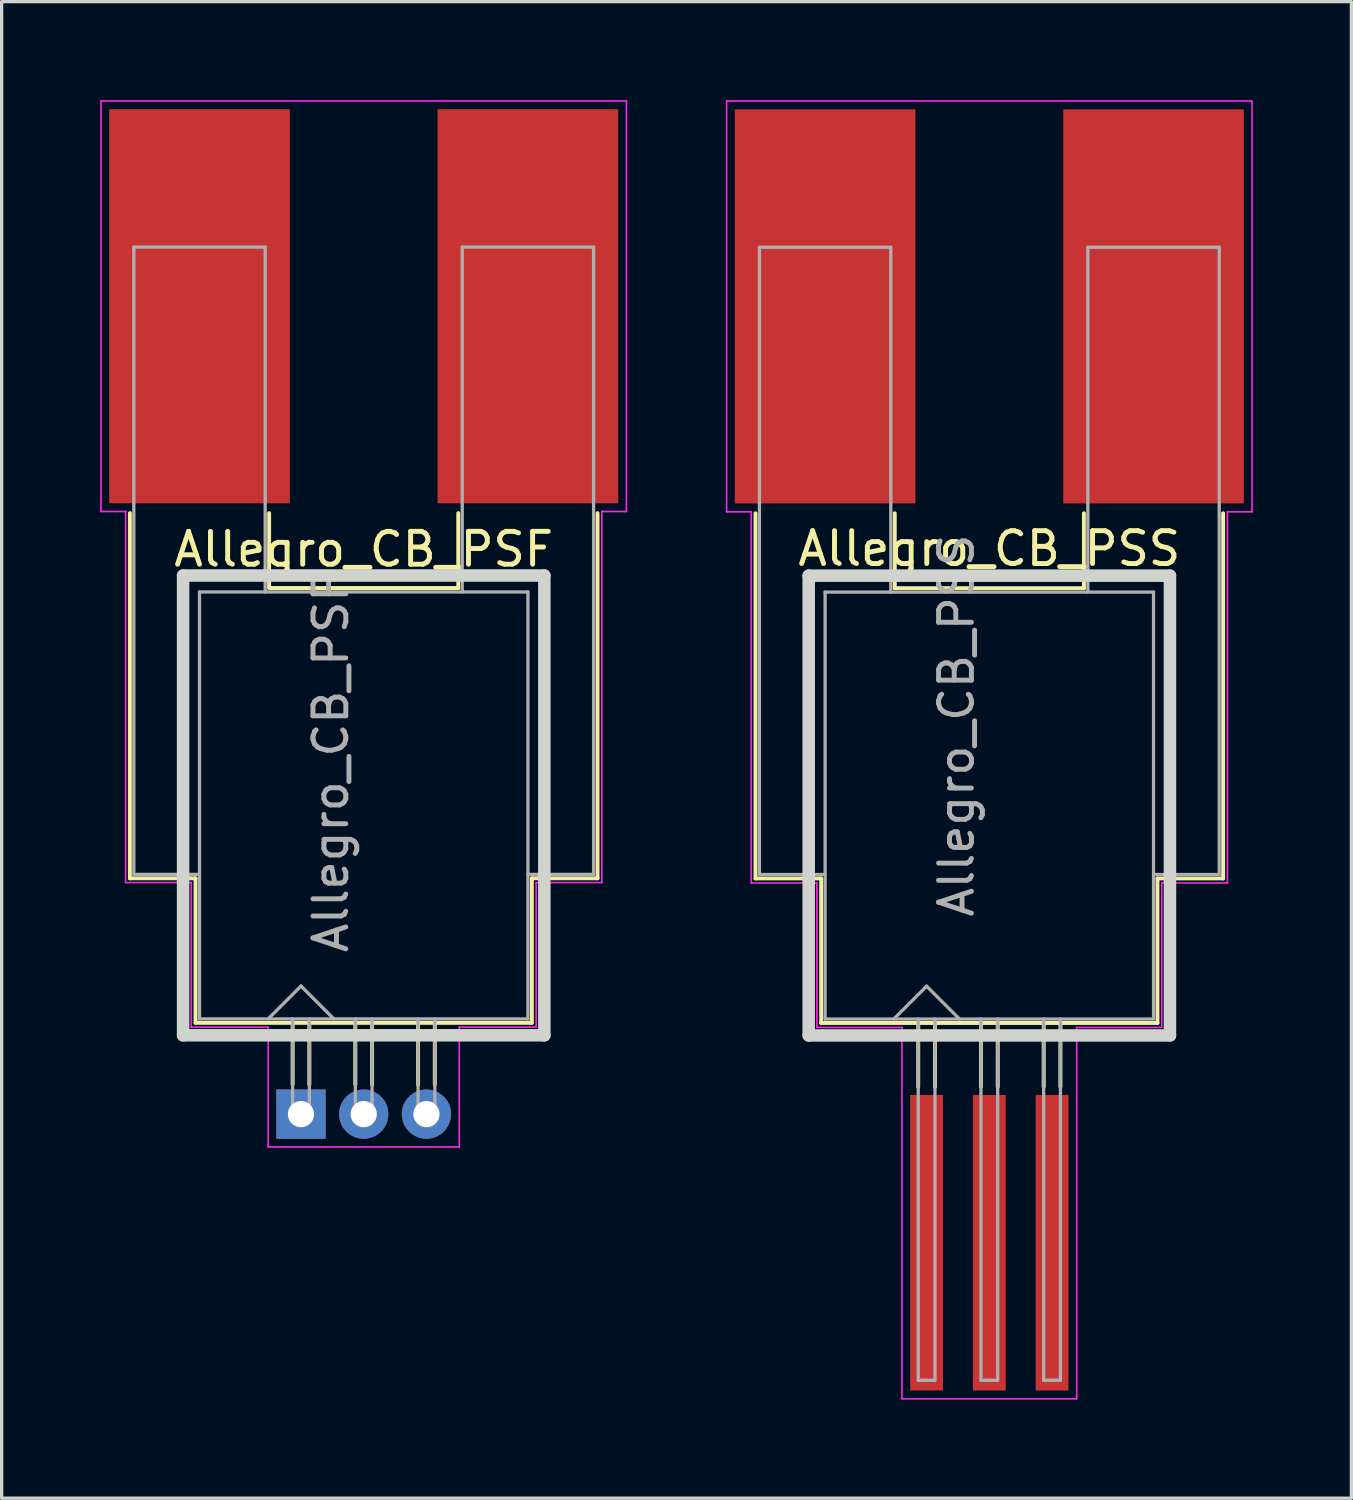
<source format=kicad_pcb>
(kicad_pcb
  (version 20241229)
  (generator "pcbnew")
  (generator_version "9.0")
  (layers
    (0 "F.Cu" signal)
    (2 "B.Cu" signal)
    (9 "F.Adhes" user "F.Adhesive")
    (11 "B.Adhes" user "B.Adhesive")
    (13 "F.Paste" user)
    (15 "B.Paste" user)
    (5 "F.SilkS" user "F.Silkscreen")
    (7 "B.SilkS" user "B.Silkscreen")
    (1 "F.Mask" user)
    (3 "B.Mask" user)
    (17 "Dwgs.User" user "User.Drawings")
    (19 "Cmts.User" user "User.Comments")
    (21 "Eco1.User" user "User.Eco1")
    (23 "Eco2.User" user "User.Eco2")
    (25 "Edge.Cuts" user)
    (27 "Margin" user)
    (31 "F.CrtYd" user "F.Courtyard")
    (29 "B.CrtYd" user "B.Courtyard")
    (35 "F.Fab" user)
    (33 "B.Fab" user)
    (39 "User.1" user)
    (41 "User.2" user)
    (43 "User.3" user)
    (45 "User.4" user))
  (footprint "Allegro_CB_PSF"
    (layer "F.Cu")
    (at 6.115 30.875)
    (property "Reference" "Allegro_CB_PSF" (at 1.91 -17.2 0) (layer "F.SilkS") (effects (font (size 1 1) (thickness 0.15))))
    (attr through_hole)
    (fp_line (start -5.21 -7.18) (end -5.21 -18.3) (stroke (width 0.12) (type solid)) (layer "F.SilkS"))
    (fp_line (start -3.21 -7.18) (end -5.21 -7.18) (stroke (width 0.12) (type solid)) (layer "F.SilkS"))
    (fp_line (start -3.21 -2.78) (end -3.21 -7.18) (stroke (width 0.12) (type solid)) (layer "F.SilkS"))
    (fp_line (start -0.97 -16.02) (end -0.97 -18.3) (stroke (width 0.12) (type solid)) (layer "F.SilkS"))
    (fp_line (start -0.97 -16.02) (end 4.79 -16.02) (stroke (width 0.12) (type solid)) (layer "F.SilkS"))
    (fp_line (start -0.255 -2.78) (end -0.255 -0.9) (stroke (width 0.12) (type solid)) (layer "F.SilkS"))
    (fp_line (start 0.255 -2.78) (end 0.255 -0.9) (stroke (width 0.12) (type solid)) (layer "F.SilkS"))
    (fp_line (start 1.655 -2.78) (end 1.655 -0.9) (stroke (width 0.12) (type solid)) (layer "F.SilkS"))
    (fp_line (start 2.165 -2.78) (end 2.165 -0.9) (stroke (width 0.12) (type solid)) (layer "F.SilkS"))
    (fp_line (start 3.565 -2.78) (end 3.565 -0.9) (stroke (width 0.12) (type solid)) (layer "F.SilkS"))
    (fp_line (start 4.075 -2.78) (end 4.075 -0.9) (stroke (width 0.12) (type solid)) (layer "F.SilkS"))
    (fp_line (start 4.79 -16.02) (end 4.79 -18.3) (stroke (width 0.12) (type solid)) (layer "F.SilkS"))
    (fp_line (start 7.03 -7.18) (end 9.03 -7.18) (stroke (width 0.12) (type solid)) (layer "F.SilkS"))
    (fp_line (start 7.03 -2.78) (end -3.21 -2.78) (stroke (width 0.12) (type solid)) (layer "F.SilkS"))
    (fp_line (start 7.03 -2.78) (end 7.03 -7.18) (stroke (width 0.12) (type solid)) (layer "F.SilkS"))
    (fp_line (start 9.03 -7.18) (end 9.03 -18.3) (stroke (width 0.12) (type solid)) (layer "F.SilkS"))
    (fp_line (start -3.59 -16.4) (end 7.41 -16.4) (stroke (width 0.381) (type solid)) (layer "Edge.Cuts"))
    (fp_line (start -3.59 -2.4) (end -3.59 -16.4) (stroke (width 0.381) (type solid)) (layer "Edge.Cuts"))
    (fp_line (start 7.41 -16.4) (end 7.41 -2.4) (stroke (width 0.381) (type solid)) (layer "Edge.Cuts"))
    (fp_line (start 7.41 -2.4) (end -3.59 -2.4) (stroke (width 0.381) (type solid)) (layer "Edge.Cuts"))
    (fp_line (start -6.09 -30.85) (end 9.91 -30.85) (stroke (width 0.05) (type solid)) (layer "F.CrtYd"))
    (fp_line (start -6.09 -18.35) (end -6.09 -30.85) (stroke (width 0.05) (type solid)) (layer "F.CrtYd"))
    (fp_line (start -6.09 -18.35) (end -5.34 -18.35) (stroke (width 0.05) (type solid)) (layer "F.CrtYd"))
    (fp_line (start -5.34 -7.05) (end -5.34 -18.35) (stroke (width 0.05) (type solid)) (layer "F.CrtYd"))
    (fp_line (start -3.34 -7.05) (end -5.34 -7.05) (stroke (width 0.05) (type solid)) (layer "F.CrtYd"))
    (fp_line (start -3.34 -7.05) (end -3.34 -2.65) (stroke (width 0.05) (type solid)) (layer "F.CrtYd"))
    (fp_line (start -1 -2.65) (end -3.34 -2.65) (stroke (width 0.05) (type solid)) (layer "F.CrtYd"))
    (fp_line (start -1 -2.65) (end -1 1) (stroke (width 0.05) (type solid)) (layer "F.CrtYd"))
    (fp_line (start 4.82 -2.65) (end 4.82 1) (stroke (width 0.05) (type solid)) (layer "F.CrtYd"))
    (fp_line (start 4.82 -2.65) (end 7.16 -2.65) (stroke (width 0.05) (type solid)) (layer "F.CrtYd"))
    (fp_line (start 4.82 1) (end -1 1) (stroke (width 0.05) (type solid)) (layer "F.CrtYd"))
    (fp_line (start 7.16 -7.05) (end 7.16 -2.65) (stroke (width 0.05) (type solid)) (layer "F.CrtYd"))
    (fp_line (start 7.16 -7.05) (end 9.16 -7.05) (stroke (width 0.05) (type solid)) (layer "F.CrtYd"))
    (fp_line (start 9.16 -18.35) (end 9.91 -18.35) (stroke (width 0.05) (type solid)) (layer "F.CrtYd"))
    (fp_line (start 9.16 -7.05) (end 9.16 -18.35) (stroke (width 0.05) (type solid)) (layer "F.CrtYd"))
    (fp_line (start 9.91 -30.85) (end 9.91 -18.35) (stroke (width 0.05) (type solid)) (layer "F.CrtYd"))
    (fp_line (start -5.09 -26.4) (end -1.09 -26.4) (stroke (width 0.1) (type solid)) (layer "F.Fab"))
    (fp_line (start -5.09 -7.3) (end -5.09 -26.4) (stroke (width 0.1) (type solid)) (layer "F.Fab"))
    (fp_line (start -5.09 -7.3) (end -3.09 -7.3) (stroke (width 0.1) (type solid)) (layer "F.Fab"))
    (fp_line (start -3.09 -15.9) (end -3.09 -2.9) (stroke (width 0.1) (type solid)) (layer "F.Fab"))
    (fp_line (start -3.09 -15.9) (end 6.91 -15.9) (stroke (width 0.1) (type solid)) (layer "F.Fab"))
    (fp_line (start -1.09 -15.9) (end -1.09 -26.4) (stroke (width 0.1) (type solid)) (layer "F.Fab"))
    (fp_line (start -0.255 -2.9) (end -0.255 0.19) (stroke (width 0.1) (type solid)) (layer "F.Fab"))
    (fp_line (start 0 -3.9) (end -1 -2.9) (stroke (width 0.1) (type solid)) (layer "F.Fab"))
    (fp_line (start 0 -3.9) (end 1 -2.9) (stroke (width 0.1) (type solid)) (layer "F.Fab"))
    (fp_line (start 0.255 -2.9) (end 0.255 0.19) (stroke (width 0.1) (type solid)) (layer "F.Fab"))
    (fp_line (start 1.655 -2.9) (end 1.655 0.19) (stroke (width 0.1) (type solid)) (layer "F.Fab"))
    (fp_line (start 2.165 -2.9) (end 2.165 0.19) (stroke (width 0.1) (type solid)) (layer "F.Fab"))
    (fp_line (start 3.565 -2.9) (end 3.565 0.19) (stroke (width 0.1) (type solid)) (layer "F.Fab"))
    (fp_line (start 4.075 -2.9) (end 4.075 0.19) (stroke (width 0.1) (type solid)) (layer "F.Fab"))
    (fp_line (start 4.91 -15.9) (end 4.91 -26.4) (stroke (width 0.1) (type solid)) (layer "F.Fab"))
    (fp_line (start 6.91 -15.9) (end 6.91 -2.9) (stroke (width 0.1) (type solid)) (layer "F.Fab"))
    (fp_line (start 6.91 -7.3) (end 8.91 -7.3) (stroke (width 0.1) (type solid)) (layer "F.Fab"))
    (fp_line (start 6.91 -2.9) (end -3.09 -2.9) (stroke (width 0.1) (type solid)) (layer "F.Fab"))
    (fp_line (start 8.91 -26.4) (end 4.91 -26.4) (stroke (width 0.1) (type solid)) (layer "F.Fab"))
    (fp_line (start 8.91 -7.3) (end 8.91 -26.4) (stroke (width 0.1) (type solid)) (layer "F.Fab"))
    (fp_text user "${REFERENCE}" (at 0.91 -10.7 90) (layer "F.Fab") (effects (font (size 1 1) (thickness 0.15))))
    (pad "1" thru_hole trapezoid (at 0 0) (size 1.5 1.5) (drill 0.8) (layers "*.Cu" "*.Mask"))
    (pad "2" thru_hole circle (at 1.91 0) (size 1.5 1.5) (drill 0.8) (layers "*.Cu" "*.Mask"))
    (pad "3" thru_hole circle (at 3.82 0) (size 1.5 1.5) (drill 0.8) (layers "*.Cu" "*.Mask"))
    (pad "4" smd rect (at 6.91 -24.6) (size 5.5 12) (layers "F.Cu" "F.Mask" "F.Paste"))
    (pad "5" smd rect (at -3.09 -24.6) (size 5.5 12) (layers "F.Cu" "F.Mask" "F.Paste")))
  (footprint "Allegro_CB_PSS"
    (layer "F.Cu")
    (at 27.075 19.785)
    (property "Reference" "Allegro_CB_PSS" (at 0 -6.131 0) (layer "F.SilkS") (effects (font (size 1 1) (thickness 0.15))))
    (attr smd)
    (fp_line (start -7.12 3.914) (end -7.12 -7.206) (stroke (width 0.12) (type solid)) (layer "F.SilkS"))
    (fp_line (start -5.12 3.914) (end -7.12 3.914) (stroke (width 0.12) (type solid)) (layer "F.SilkS"))
    (fp_line (start -5.12 8.314) (end -5.12 3.914) (stroke (width 0.12) (type solid)) (layer "F.SilkS"))
    (fp_line (start -2.88 -4.926) (end -2.88 -7.206) (stroke (width 0.12) (type solid)) (layer "F.SilkS"))
    (fp_line (start -2.88 -4.926) (end 2.88 -4.926) (stroke (width 0.12) (type solid)) (layer "F.SilkS"))
    (fp_line (start -2.165 8.314) (end -2.165 10.256) (stroke (width 0.12) (type solid)) (layer "F.SilkS"))
    (fp_line (start -1.655 8.314) (end -1.655 10.256) (stroke (width 0.12) (type solid)) (layer "F.SilkS"))
    (fp_line (start -0.255 8.314) (end -0.255 10.256) (stroke (width 0.12) (type solid)) (layer "F.SilkS"))
    (fp_line (start 0.255 8.314) (end 0.255 10.256) (stroke (width 0.12) (type solid)) (layer "F.SilkS"))
    (fp_line (start 1.655 8.314) (end 1.655 10.256) (stroke (width 0.12) (type solid)) (layer "F.SilkS"))
    (fp_line (start 2.165 8.314) (end 2.165 10.256) (stroke (width 0.12) (type solid)) (layer "F.SilkS"))
    (fp_line (start 2.88 -4.926) (end 2.88 -7.206) (stroke (width 0.12) (type solid)) (layer "F.SilkS"))
    (fp_line (start 5.12 3.914) (end 7.12 3.914) (stroke (width 0.12) (type solid)) (layer "F.SilkS"))
    (fp_line (start 5.12 8.314) (end -5.12 8.314) (stroke (width 0.12) (type solid)) (layer "F.SilkS"))
    (fp_line (start 5.12 8.314) (end 5.12 3.914) (stroke (width 0.12) (type solid)) (layer "F.SilkS"))
    (fp_line (start 7.12 3.914) (end 7.12 -7.206) (stroke (width 0.12) (type solid)) (layer "F.SilkS"))
    (fp_line (start -5.5 -5.306) (end 5.5 -5.306) (stroke (width 0.381) (type solid)) (layer "Edge.Cuts"))
    (fp_line (start -5.5 8.694) (end -5.5 -5.306) (stroke (width 0.381) (type solid)) (layer "Edge.Cuts"))
    (fp_line (start 5.5 -5.306) (end 5.5 8.694) (stroke (width 0.381) (type solid)) (layer "Edge.Cuts"))
    (fp_line (start 5.5 8.694) (end -5.5 8.694) (stroke (width 0.381) (type solid)) (layer "Edge.Cuts"))
    (fp_line (start -8 -19.76) (end 8 -19.76) (stroke (width 0.05) (type solid)) (layer "F.CrtYd"))
    (fp_line (start -8 -7.25) (end -8 -19.76) (stroke (width 0.05) (type solid)) (layer "F.CrtYd"))
    (fp_line (start -8 -7.25) (end -7.25 -7.25) (stroke (width 0.05) (type solid)) (layer "F.CrtYd"))
    (fp_line (start -7.25 4.05) (end -7.25 -7.25) (stroke (width 0.05) (type solid)) (layer "F.CrtYd"))
    (fp_line (start -5.25 4.05) (end -7.25 4.05) (stroke (width 0.05) (type solid)) (layer "F.CrtYd"))
    (fp_line (start -5.25 4.05) (end -5.25 8.45) (stroke (width 0.05) (type solid)) (layer "F.CrtYd"))
    (fp_line (start -2.66 8.45) (end -5.25 8.45) (stroke (width 0.05) (type solid)) (layer "F.CrtYd"))
    (fp_line (start -2.66 8.45) (end -2.66 19.76) (stroke (width 0.05) (type solid)) (layer "F.CrtYd"))
    (fp_line (start 2.66 8.45) (end 2.66 19.76) (stroke (width 0.05) (type solid)) (layer "F.CrtYd"))
    (fp_line (start 2.66 8.45) (end 5.25 8.45) (stroke (width 0.05) (type solid)) (layer "F.CrtYd"))
    (fp_line (start 2.66 19.76) (end -2.66 19.76) (stroke (width 0.05) (type solid)) (layer "F.CrtYd"))
    (fp_line (start 5.25 4.05) (end 5.25 8.45) (stroke (width 0.05) (type solid)) (layer "F.CrtYd"))
    (fp_line (start 5.25 4.05) (end 7.25 4.05) (stroke (width 0.05) (type solid)) (layer "F.CrtYd"))
    (fp_line (start 7.25 -7.25) (end 8 -7.25) (stroke (width 0.05) (type solid)) (layer "F.CrtYd"))
    (fp_line (start 7.25 4.05) (end 7.25 -7.25) (stroke (width 0.05) (type solid)) (layer "F.CrtYd"))
    (fp_line (start 8 -19.76) (end 8 -7.25) (stroke (width 0.05) (type solid)) (layer "F.CrtYd"))
    (fp_line (start -7 -15.306) (end -3 -15.306) (stroke (width 0.1) (type solid)) (layer "F.Fab"))
    (fp_line (start -7 3.794) (end -7 -15.306) (stroke (width 0.1) (type solid)) (layer "F.Fab"))
    (fp_line (start -7 3.794) (end -5 3.794) (stroke (width 0.1) (type solid)) (layer "F.Fab"))
    (fp_line (start -5 -4.806) (end -5 8.194) (stroke (width 0.1) (type solid)) (layer "F.Fab"))
    (fp_line (start -5 -4.806) (end 5 -4.806) (stroke (width 0.1) (type solid)) (layer "F.Fab"))
    (fp_line (start -3 -4.806) (end -3 -15.306) (stroke (width 0.1) (type solid)) (layer "F.Fab"))
    (fp_line (start -2.165 8.194) (end -2.165 19.194) (stroke (width 0.1) (type solid)) (layer "F.Fab"))
    (fp_line (start -1.91 7.194) (end -2.91 8.194) (stroke (width 0.1) (type solid)) (layer "F.Fab"))
    (fp_line (start -1.91 7.194) (end -0.91 8.194) (stroke (width 0.1) (type solid)) (layer "F.Fab"))
    (fp_line (start -1.655 8.194) (end -1.655 19.194) (stroke (width 0.1) (type solid)) (layer "F.Fab"))
    (fp_line (start -1.655 19.194) (end -2.165 19.194) (stroke (width 0.1) (type solid)) (layer "F.Fab"))
    (fp_line (start -0.255 8.194) (end -0.255 19.194) (stroke (width 0.1) (type solid)) (layer "F.Fab"))
    (fp_line (start 0.255 8.194) (end 0.255 19.194) (stroke (width 0.1) (type solid)) (layer "F.Fab"))
    (fp_line (start 0.255 19.194) (end -0.255 19.194) (stroke (width 0.1) (type solid)) (layer "F.Fab"))
    (fp_line (start 1.655 8.194) (end 1.655 19.194) (stroke (width 0.1) (type solid)) (layer "F.Fab"))
    (fp_line (start 2.165 8.194) (end 2.165 19.194) (stroke (width 0.1) (type solid)) (layer "F.Fab"))
    (fp_line (start 2.165 19.194) (end 1.655 19.194) (stroke (width 0.1) (type solid)) (layer "F.Fab"))
    (fp_line (start 3 -4.806) (end 3 -15.306) (stroke (width 0.1) (type solid)) (layer "F.Fab"))
    (fp_line (start 5 -4.806) (end 5 8.194) (stroke (width 0.1) (type solid)) (layer "F.Fab"))
    (fp_line (start 5 3.794) (end 7 3.794) (stroke (width 0.1) (type solid)) (layer "F.Fab"))
    (fp_line (start 5 8.194) (end -5 8.194) (stroke (width 0.1) (type solid)) (layer "F.Fab"))
    (fp_line (start 7 -15.306) (end 3 -15.306) (stroke (width 0.1) (type solid)) (layer "F.Fab"))
    (fp_line (start 7 3.794) (end 7 -15.306) (stroke (width 0.1) (type solid)) (layer "F.Fab"))
    (fp_text user "${REFERENCE}" (at -1 -0.744 90) (layer "F.Fab") (effects (font (size 1 1) (thickness 0.15))))
    (pad "1" smd rect (at -1.91 15.006) (size 1 9) (layers "F.Cu" "F.Mask" "F.Paste"))
    (pad "2" smd rect (at 0 15.006) (size 1 9) (layers "F.Cu" "F.Mask" "F.Paste"))
    (pad "3" smd rect (at 1.91 15.006) (size 1 9) (layers "F.Cu" "F.Mask" "F.Paste"))
    (pad "4" smd rect (at 5 -13.506) (size 5.5 12) (layers "F.Cu" "F.Mask" "F.Paste"))
    (pad "5" smd rect (at -5 -13.506) (size 5.5 12) (layers "F.Cu" "F.Mask" "F.Paste")))
  (gr_rect
    (start -3 -3)
    (end 38.1 42.57)
    (stroke (width 0.1) (type default))
    (fill no)
    (layer "Edge.Cuts")))
</source>
